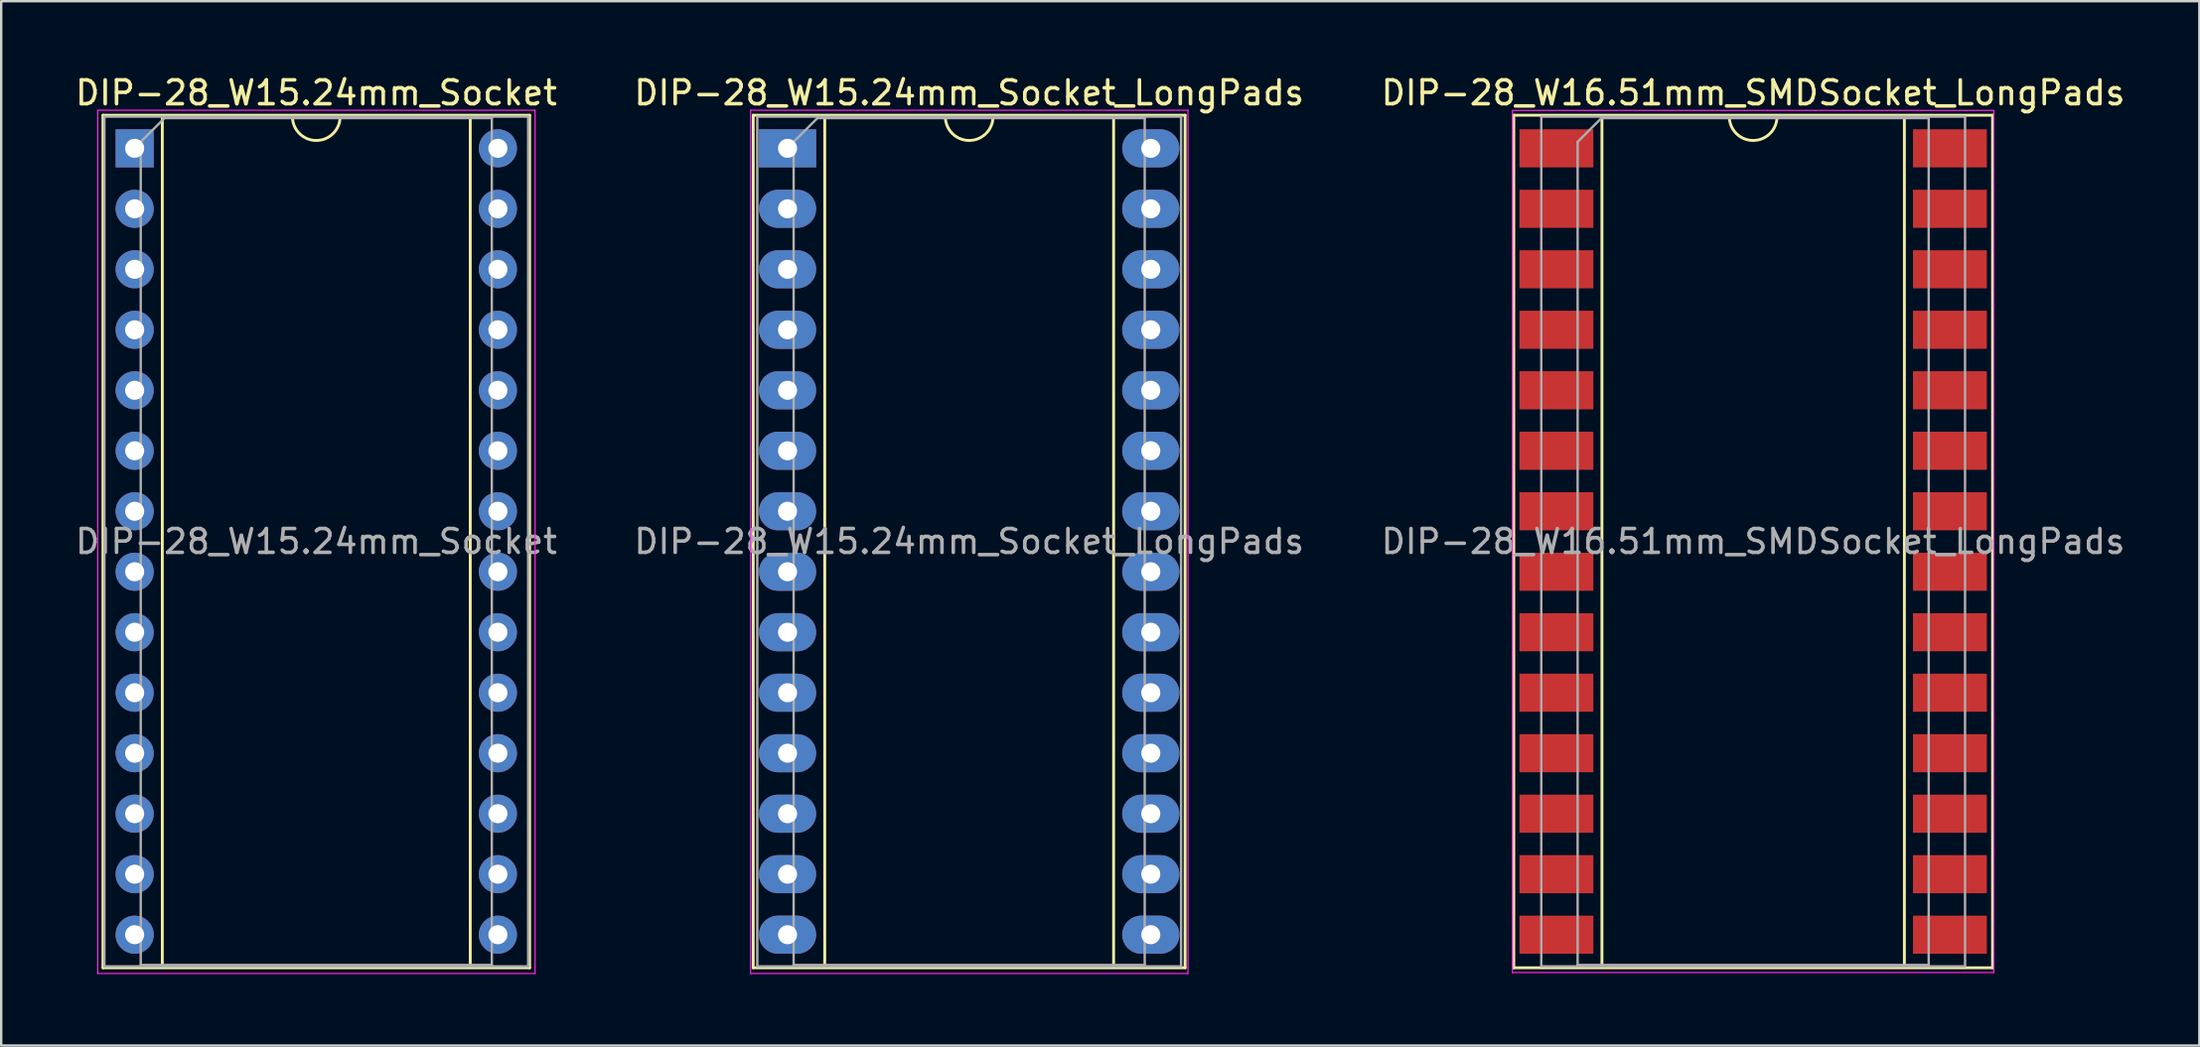
<source format=kicad_pcb>
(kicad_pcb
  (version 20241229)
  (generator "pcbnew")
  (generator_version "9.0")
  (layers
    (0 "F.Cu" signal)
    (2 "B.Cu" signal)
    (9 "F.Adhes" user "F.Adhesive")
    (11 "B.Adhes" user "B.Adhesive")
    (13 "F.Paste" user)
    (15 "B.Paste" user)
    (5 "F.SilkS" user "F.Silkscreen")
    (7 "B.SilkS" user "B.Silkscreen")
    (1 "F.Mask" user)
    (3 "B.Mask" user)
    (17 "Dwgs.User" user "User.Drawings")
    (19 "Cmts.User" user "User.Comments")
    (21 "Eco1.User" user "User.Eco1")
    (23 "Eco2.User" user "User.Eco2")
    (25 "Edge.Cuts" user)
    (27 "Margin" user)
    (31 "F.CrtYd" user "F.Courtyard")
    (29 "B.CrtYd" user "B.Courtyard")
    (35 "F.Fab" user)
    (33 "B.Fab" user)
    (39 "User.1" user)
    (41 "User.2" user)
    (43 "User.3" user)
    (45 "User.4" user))
  (footprint "DIP-28_W15.24mm_Socket"
    (layer "F.Cu")
    (at 2.6 3.178)
    (property "Reference" "DIP-28_W15.24mm_Socket" (at 7.62 -2.33 0) (layer "F.SilkS") (effects (font (size 1 1) (thickness 0.15))))
    (attr through_hole)
    (fp_line (start -1.33 -1.39) (end -1.33 34.41) (stroke (width 0.12) (type solid)) (layer "F.SilkS"))
    (fp_line (start -1.33 34.41) (end 16.57 34.41) (stroke (width 0.12) (type solid)) (layer "F.SilkS"))
    (fp_line (start 1.16 -1.33) (end 1.16 34.35) (stroke (width 0.12) (type solid)) (layer "F.SilkS"))
    (fp_line (start 1.16 34.35) (end 14.08 34.35) (stroke (width 0.12) (type solid)) (layer "F.SilkS"))
    (fp_line (start 6.62 -1.33) (end 1.16 -1.33) (stroke (width 0.12) (type solid)) (layer "F.SilkS"))
    (fp_line (start 14.08 -1.33) (end 8.62 -1.33) (stroke (width 0.12) (type solid)) (layer "F.SilkS"))
    (fp_line (start 14.08 34.35) (end 14.08 -1.33) (stroke (width 0.12) (type solid)) (layer "F.SilkS"))
    (fp_line (start 16.57 -1.39) (end -1.33 -1.39) (stroke (width 0.12) (type solid)) (layer "F.SilkS"))
    (fp_line (start 16.57 34.41) (end 16.57 -1.39) (stroke (width 0.12) (type solid)) (layer "F.SilkS"))
    (fp_arc (start 8.62 -1.33) (mid 7.62 -0.33) (end 6.62 -1.33) (stroke (width 0.12) (type solid)) (layer "F.SilkS"))
    (fp_line (start -1.55 -1.6) (end -1.55 34.65) (stroke (width 0.05) (type solid)) (layer "F.CrtYd"))
    (fp_line (start -1.55 34.65) (end 16.8 34.65) (stroke (width 0.05) (type solid)) (layer "F.CrtYd"))
    (fp_line (start 16.8 -1.6) (end -1.55 -1.6) (stroke (width 0.05) (type solid)) (layer "F.CrtYd"))
    (fp_line (start 16.8 34.65) (end 16.8 -1.6) (stroke (width 0.05) (type solid)) (layer "F.CrtYd"))
    (fp_line (start -1.27 -1.33) (end -1.27 34.35) (stroke (width 0.1) (type solid)) (layer "F.Fab"))
    (fp_line (start -1.27 34.35) (end 16.51 34.35) (stroke (width 0.1) (type solid)) (layer "F.Fab"))
    (fp_line (start 0.255 -0.27) (end 1.255 -1.27) (stroke (width 0.1) (type solid)) (layer "F.Fab"))
    (fp_line (start 0.255 34.29) (end 0.255 -0.27) (stroke (width 0.1) (type solid)) (layer "F.Fab"))
    (fp_line (start 1.255 -1.27) (end 14.985 -1.27) (stroke (width 0.1) (type solid)) (layer "F.Fab"))
    (fp_line (start 14.985 -1.27) (end 14.985 34.29) (stroke (width 0.1) (type solid)) (layer "F.Fab"))
    (fp_line (start 14.985 34.29) (end 0.255 34.29) (stroke (width 0.1) (type solid)) (layer "F.Fab"))
    (fp_line (start 16.51 -1.33) (end -1.27 -1.33) (stroke (width 0.1) (type solid)) (layer "F.Fab"))
    (fp_line (start 16.51 34.35) (end 16.51 -1.33) (stroke (width 0.1) (type solid)) (layer "F.Fab"))
    (fp_text user "${REFERENCE}" (at 7.62 16.51 0) (layer "F.Fab") (effects (font (size 1 1) (thickness 0.15))))
    (pad "1" thru_hole rect (at 0 0) (size 1.6 1.6) (drill 0.8) (layers "*.Cu" "*.Mask"))
    (pad "2" thru_hole oval (at 0 2.54) (size 1.6 1.6) (drill 0.8) (layers "*.Cu" "*.Mask"))
    (pad "3" thru_hole oval (at 0 5.08) (size 1.6 1.6) (drill 0.8) (layers "*.Cu" "*.Mask"))
    (pad "4" thru_hole oval (at 0 7.62) (size 1.6 1.6) (drill 0.8) (layers "*.Cu" "*.Mask"))
    (pad "5" thru_hole oval (at 0 10.16) (size 1.6 1.6) (drill 0.8) (layers "*.Cu" "*.Mask"))
    (pad "6" thru_hole oval (at 0 12.7) (size 1.6 1.6) (drill 0.8) (layers "*.Cu" "*.Mask"))
    (pad "7" thru_hole oval (at 0 15.24) (size 1.6 1.6) (drill 0.8) (layers "*.Cu" "*.Mask"))
    (pad "8" thru_hole oval (at 0 17.78) (size 1.6 1.6) (drill 0.8) (layers "*.Cu" "*.Mask"))
    (pad "9" thru_hole oval (at 0 20.32) (size 1.6 1.6) (drill 0.8) (layers "*.Cu" "*.Mask"))
    (pad "10" thru_hole oval (at 0 22.86) (size 1.6 1.6) (drill 0.8) (layers "*.Cu" "*.Mask"))
    (pad "11" thru_hole oval (at 0 25.4) (size 1.6 1.6) (drill 0.8) (layers "*.Cu" "*.Mask"))
    (pad "12" thru_hole oval (at 0 27.94) (size 1.6 1.6) (drill 0.8) (layers "*.Cu" "*.Mask"))
    (pad "13" thru_hole oval (at 0 30.48) (size 1.6 1.6) (drill 0.8) (layers "*.Cu" "*.Mask"))
    (pad "14" thru_hole oval (at 0 33.02) (size 1.6 1.6) (drill 0.8) (layers "*.Cu" "*.Mask"))
    (pad "15" thru_hole oval (at 15.24 33.02) (size 1.6 1.6) (drill 0.8) (layers "*.Cu" "*.Mask"))
    (pad "16" thru_hole oval (at 15.24 30.48) (size 1.6 1.6) (drill 0.8) (layers "*.Cu" "*.Mask"))
    (pad "17" thru_hole oval (at 15.24 27.94) (size 1.6 1.6) (drill 0.8) (layers "*.Cu" "*.Mask"))
    (pad "18" thru_hole oval (at 15.24 25.4) (size 1.6 1.6) (drill 0.8) (layers "*.Cu" "*.Mask"))
    (pad "19" thru_hole oval (at 15.24 22.86) (size 1.6 1.6) (drill 0.8) (layers "*.Cu" "*.Mask"))
    (pad "20" thru_hole oval (at 15.24 20.32) (size 1.6 1.6) (drill 0.8) (layers "*.Cu" "*.Mask"))
    (pad "21" thru_hole oval (at 15.24 17.78) (size 1.6 1.6) (drill 0.8) (layers "*.Cu" "*.Mask"))
    (pad "22" thru_hole oval (at 15.24 15.24) (size 1.6 1.6) (drill 0.8) (layers "*.Cu" "*.Mask"))
    (pad "23" thru_hole oval (at 15.24 12.7) (size 1.6 1.6) (drill 0.8) (layers "*.Cu" "*.Mask"))
    (pad "24" thru_hole oval (at 15.24 10.16) (size 1.6 1.6) (drill 0.8) (layers "*.Cu" "*.Mask"))
    (pad "25" thru_hole oval (at 15.24 7.62) (size 1.6 1.6) (drill 0.8) (layers "*.Cu" "*.Mask"))
    (pad "26" thru_hole oval (at 15.24 5.08) (size 1.6 1.6) (drill 0.8) (layers "*.Cu" "*.Mask"))
    (pad "27" thru_hole oval (at 15.24 2.54) (size 1.6 1.6) (drill 0.8) (layers "*.Cu" "*.Mask"))
    (pad "28" thru_hole oval (at 15.24 0) (size 1.6 1.6) (drill 0.8) (layers "*.Cu" "*.Mask")))
  (footprint "DIP-28_W15.24mm_Socket_LongPads"
    (layer "F.Cu")
    (at 29.993 3.178)
    (property "Reference" "DIP-28_W15.24mm_Socket_LongPads" (at 7.62 -2.33 0) (layer "F.SilkS") (effects (font (size 1 1) (thickness 0.15))))
    (attr through_hole)
    (fp_line (start -1.44 -1.39) (end -1.44 34.41) (stroke (width 0.12) (type solid)) (layer "F.SilkS"))
    (fp_line (start -1.44 34.41) (end 16.68 34.41) (stroke (width 0.12) (type solid)) (layer "F.SilkS"))
    (fp_line (start 1.56 -1.33) (end 1.56 34.35) (stroke (width 0.12) (type solid)) (layer "F.SilkS"))
    (fp_line (start 1.56 34.35) (end 13.68 34.35) (stroke (width 0.12) (type solid)) (layer "F.SilkS"))
    (fp_line (start 6.62 -1.33) (end 1.56 -1.33) (stroke (width 0.12) (type solid)) (layer "F.SilkS"))
    (fp_line (start 13.68 -1.33) (end 8.62 -1.33) (stroke (width 0.12) (type solid)) (layer "F.SilkS"))
    (fp_line (start 13.68 34.35) (end 13.68 -1.33) (stroke (width 0.12) (type solid)) (layer "F.SilkS"))
    (fp_line (start 16.68 -1.39) (end -1.44 -1.39) (stroke (width 0.12) (type solid)) (layer "F.SilkS"))
    (fp_line (start 16.68 34.41) (end 16.68 -1.39) (stroke (width 0.12) (type solid)) (layer "F.SilkS"))
    (fp_arc (start 8.62 -1.33) (mid 7.62 -0.33) (end 6.62 -1.33) (stroke (width 0.12) (type solid)) (layer "F.SilkS"))
    (fp_line (start -1.55 -1.6) (end -1.55 34.65) (stroke (width 0.05) (type solid)) (layer "F.CrtYd"))
    (fp_line (start -1.55 34.65) (end 16.8 34.65) (stroke (width 0.05) (type solid)) (layer "F.CrtYd"))
    (fp_line (start 16.8 -1.6) (end -1.55 -1.6) (stroke (width 0.05) (type solid)) (layer "F.CrtYd"))
    (fp_line (start 16.8 34.65) (end 16.8 -1.6) (stroke (width 0.05) (type solid)) (layer "F.CrtYd"))
    (fp_line (start -1.27 -1.33) (end -1.27 34.35) (stroke (width 0.1) (type solid)) (layer "F.Fab"))
    (fp_line (start -1.27 34.35) (end 16.51 34.35) (stroke (width 0.1) (type solid)) (layer "F.Fab"))
    (fp_line (start 0.255 -0.27) (end 1.255 -1.27) (stroke (width 0.1) (type solid)) (layer "F.Fab"))
    (fp_line (start 0.255 34.29) (end 0.255 -0.27) (stroke (width 0.1) (type solid)) (layer "F.Fab"))
    (fp_line (start 1.255 -1.27) (end 14.985 -1.27) (stroke (width 0.1) (type solid)) (layer "F.Fab"))
    (fp_line (start 14.985 -1.27) (end 14.985 34.29) (stroke (width 0.1) (type solid)) (layer "F.Fab"))
    (fp_line (start 14.985 34.29) (end 0.255 34.29) (stroke (width 0.1) (type solid)) (layer "F.Fab"))
    (fp_line (start 16.51 -1.33) (end -1.27 -1.33) (stroke (width 0.1) (type solid)) (layer "F.Fab"))
    (fp_line (start 16.51 34.35) (end 16.51 -1.33) (stroke (width 0.1) (type solid)) (layer "F.Fab"))
    (fp_text user "${REFERENCE}" (at 7.62 16.51 0) (layer "F.Fab") (effects (font (size 1 1) (thickness 0.15))))
    (pad "1" thru_hole rect (at 0 0) (size 2.4 1.6) (drill 0.8) (layers "*.Cu" "*.Mask"))
    (pad "2" thru_hole oval (at 0 2.54) (size 2.4 1.6) (drill 0.8) (layers "*.Cu" "*.Mask"))
    (pad "3" thru_hole oval (at 0 5.08) (size 2.4 1.6) (drill 0.8) (layers "*.Cu" "*.Mask"))
    (pad "4" thru_hole oval (at 0 7.62) (size 2.4 1.6) (drill 0.8) (layers "*.Cu" "*.Mask"))
    (pad "5" thru_hole oval (at 0 10.16) (size 2.4 1.6) (drill 0.8) (layers "*.Cu" "*.Mask"))
    (pad "6" thru_hole oval (at 0 12.7) (size 2.4 1.6) (drill 0.8) (layers "*.Cu" "*.Mask"))
    (pad "7" thru_hole oval (at 0 15.24) (size 2.4 1.6) (drill 0.8) (layers "*.Cu" "*.Mask"))
    (pad "8" thru_hole oval (at 0 17.78) (size 2.4 1.6) (drill 0.8) (layers "*.Cu" "*.Mask"))
    (pad "9" thru_hole oval (at 0 20.32) (size 2.4 1.6) (drill 0.8) (layers "*.Cu" "*.Mask"))
    (pad "10" thru_hole oval (at 0 22.86) (size 2.4 1.6) (drill 0.8) (layers "*.Cu" "*.Mask"))
    (pad "11" thru_hole oval (at 0 25.4) (size 2.4 1.6) (drill 0.8) (layers "*.Cu" "*.Mask"))
    (pad "12" thru_hole oval (at 0 27.94) (size 2.4 1.6) (drill 0.8) (layers "*.Cu" "*.Mask"))
    (pad "13" thru_hole oval (at 0 30.48) (size 2.4 1.6) (drill 0.8) (layers "*.Cu" "*.Mask"))
    (pad "14" thru_hole oval (at 0 33.02) (size 2.4 1.6) (drill 0.8) (layers "*.Cu" "*.Mask"))
    (pad "15" thru_hole oval (at 15.24 33.02) (size 2.4 1.6) (drill 0.8) (layers "*.Cu" "*.Mask"))
    (pad "16" thru_hole oval (at 15.24 30.48) (size 2.4 1.6) (drill 0.8) (layers "*.Cu" "*.Mask"))
    (pad "17" thru_hole oval (at 15.24 27.94) (size 2.4 1.6) (drill 0.8) (layers "*.Cu" "*.Mask"))
    (pad "18" thru_hole oval (at 15.24 25.4) (size 2.4 1.6) (drill 0.8) (layers "*.Cu" "*.Mask"))
    (pad "19" thru_hole oval (at 15.24 22.86) (size 2.4 1.6) (drill 0.8) (layers "*.Cu" "*.Mask"))
    (pad "20" thru_hole oval (at 15.24 20.32) (size 2.4 1.6) (drill 0.8) (layers "*.Cu" "*.Mask"))
    (pad "21" thru_hole oval (at 15.24 17.78) (size 2.4 1.6) (drill 0.8) (layers "*.Cu" "*.Mask"))
    (pad "22" thru_hole oval (at 15.24 15.24) (size 2.4 1.6) (drill 0.8) (layers "*.Cu" "*.Mask"))
    (pad "23" thru_hole oval (at 15.24 12.7) (size 2.4 1.6) (drill 0.8) (layers "*.Cu" "*.Mask"))
    (pad "24" thru_hole oval (at 15.24 10.16) (size 2.4 1.6) (drill 0.8) (layers "*.Cu" "*.Mask"))
    (pad "25" thru_hole oval (at 15.24 7.62) (size 2.4 1.6) (drill 0.8) (layers "*.Cu" "*.Mask"))
    (pad "26" thru_hole oval (at 15.24 5.08) (size 2.4 1.6) (drill 0.8) (layers "*.Cu" "*.Mask"))
    (pad "27" thru_hole oval (at 15.24 2.54) (size 2.4 1.6) (drill 0.8) (layers "*.Cu" "*.Mask"))
    (pad "28" thru_hole oval (at 15.24 0) (size 2.4 1.6) (drill 0.8) (layers "*.Cu" "*.Mask")))
  (footprint "DIP-28_W16.51mm_SMDSocket_LongPads"
    (layer "F.Cu")
    (at 70.506 19.688)
    (property "Reference" "DIP-28_W16.51mm_SMDSocket_LongPads" (at 0 -18.84 0) (layer "F.SilkS") (effects (font (size 1 1) (thickness 0.15))))
    (attr smd)
    (fp_line (start -10.045 -17.9) (end -10.045 17.9) (stroke (width 0.12) (type solid)) (layer "F.SilkS"))
    (fp_line (start -10.045 17.9) (end 10.045 17.9) (stroke (width 0.12) (type solid)) (layer "F.SilkS"))
    (fp_line (start -6.345 -17.84) (end -6.345 17.84) (stroke (width 0.12) (type solid)) (layer "F.SilkS"))
    (fp_line (start -6.345 17.84) (end 6.345 17.84) (stroke (width 0.12) (type solid)) (layer "F.SilkS"))
    (fp_line (start -1 -17.84) (end -6.345 -17.84) (stroke (width 0.12) (type solid)) (layer "F.SilkS"))
    (fp_line (start 6.345 -17.84) (end 1 -17.84) (stroke (width 0.12) (type solid)) (layer "F.SilkS"))
    (fp_line (start 6.345 17.84) (end 6.345 -17.84) (stroke (width 0.12) (type solid)) (layer "F.SilkS"))
    (fp_line (start 10.045 -17.9) (end -10.045 -17.9) (stroke (width 0.12) (type solid)) (layer "F.SilkS"))
    (fp_line (start 10.045 17.9) (end 10.045 -17.9) (stroke (width 0.12) (type solid)) (layer "F.SilkS"))
    (fp_arc (start 1 -17.84) (mid 0 -16.84) (end -1 -17.84) (stroke (width 0.12) (type solid)) (layer "F.SilkS"))
    (fp_line (start -10.1 -18.1) (end -10.1 18.1) (stroke (width 0.05) (type solid)) (layer "F.CrtYd"))
    (fp_line (start -10.1 18.1) (end 10.1 18.1) (stroke (width 0.05) (type solid)) (layer "F.CrtYd"))
    (fp_line (start 10.1 -18.1) (end -10.1 -18.1) (stroke (width 0.05) (type solid)) (layer "F.CrtYd"))
    (fp_line (start 10.1 18.1) (end 10.1 -18.1) (stroke (width 0.05) (type solid)) (layer "F.CrtYd"))
    (fp_line (start -8.89 -17.84) (end -8.89 17.84) (stroke (width 0.1) (type solid)) (layer "F.Fab"))
    (fp_line (start -8.89 17.84) (end 8.89 17.84) (stroke (width 0.1) (type solid)) (layer "F.Fab"))
    (fp_line (start -7.365 -16.78) (end -6.365 -17.78) (stroke (width 0.1) (type solid)) (layer "F.Fab"))
    (fp_line (start -7.365 17.78) (end -7.365 -16.78) (stroke (width 0.1) (type solid)) (layer "F.Fab"))
    (fp_line (start -6.365 -17.78) (end 7.365 -17.78) (stroke (width 0.1) (type solid)) (layer "F.Fab"))
    (fp_line (start 7.365 -17.78) (end 7.365 17.78) (stroke (width 0.1) (type solid)) (layer "F.Fab"))
    (fp_line (start 7.365 17.78) (end -7.365 17.78) (stroke (width 0.1) (type solid)) (layer "F.Fab"))
    (fp_line (start 8.89 -17.84) (end -8.89 -17.84) (stroke (width 0.1) (type solid)) (layer "F.Fab"))
    (fp_line (start 8.89 17.84) (end 8.89 -17.84) (stroke (width 0.1) (type solid)) (layer "F.Fab"))
    (fp_text user "${REFERENCE}" (at 0 0 0) (layer "F.Fab") (effects (font (size 1 1) (thickness 0.15))))
    (pad "1" smd rect (at -8.255 -16.51) (size 3.1 1.6) (layers "F.Cu" "F.Mask" "F.Paste"))
    (pad "2" smd rect (at -8.255 -13.97) (size 3.1 1.6) (layers "F.Cu" "F.Mask" "F.Paste"))
    (pad "3" smd rect (at -8.255 -11.43) (size 3.1 1.6) (layers "F.Cu" "F.Mask" "F.Paste"))
    (pad "4" smd rect (at -8.255 -8.89) (size 3.1 1.6) (layers "F.Cu" "F.Mask" "F.Paste"))
    (pad "5" smd rect (at -8.255 -6.35) (size 3.1 1.6) (layers "F.Cu" "F.Mask" "F.Paste"))
    (pad "6" smd rect (at -8.255 -3.81) (size 3.1 1.6) (layers "F.Cu" "F.Mask" "F.Paste"))
    (pad "7" smd rect (at -8.255 -1.27) (size 3.1 1.6) (layers "F.Cu" "F.Mask" "F.Paste"))
    (pad "8" smd rect (at -8.255 1.27) (size 3.1 1.6) (layers "F.Cu" "F.Mask" "F.Paste"))
    (pad "9" smd rect (at -8.255 3.81) (size 3.1 1.6) (layers "F.Cu" "F.Mask" "F.Paste"))
    (pad "10" smd rect (at -8.255 6.35) (size 3.1 1.6) (layers "F.Cu" "F.Mask" "F.Paste"))
    (pad "11" smd rect (at -8.255 8.89) (size 3.1 1.6) (layers "F.Cu" "F.Mask" "F.Paste"))
    (pad "12" smd rect (at -8.255 11.43) (size 3.1 1.6) (layers "F.Cu" "F.Mask" "F.Paste"))
    (pad "13" smd rect (at -8.255 13.97) (size 3.1 1.6) (layers "F.Cu" "F.Mask" "F.Paste"))
    (pad "14" smd rect (at -8.255 16.51) (size 3.1 1.6) (layers "F.Cu" "F.Mask" "F.Paste"))
    (pad "15" smd rect (at 8.255 16.51) (size 3.1 1.6) (layers "F.Cu" "F.Mask" "F.Paste"))
    (pad "16" smd rect (at 8.255 13.97) (size 3.1 1.6) (layers "F.Cu" "F.Mask" "F.Paste"))
    (pad "17" smd rect (at 8.255 11.43) (size 3.1 1.6) (layers "F.Cu" "F.Mask" "F.Paste"))
    (pad "18" smd rect (at 8.255 8.89) (size 3.1 1.6) (layers "F.Cu" "F.Mask" "F.Paste"))
    (pad "19" smd rect (at 8.255 6.35) (size 3.1 1.6) (layers "F.Cu" "F.Mask" "F.Paste"))
    (pad "20" smd rect (at 8.255 3.81) (size 3.1 1.6) (layers "F.Cu" "F.Mask" "F.Paste"))
    (pad "21" smd rect (at 8.255 1.27) (size 3.1 1.6) (layers "F.Cu" "F.Mask" "F.Paste"))
    (pad "22" smd rect (at 8.255 -1.27) (size 3.1 1.6) (layers "F.Cu" "F.Mask" "F.Paste"))
    (pad "23" smd rect (at 8.255 -3.81) (size 3.1 1.6) (layers "F.Cu" "F.Mask" "F.Paste"))
    (pad "24" smd rect (at 8.255 -6.35) (size 3.1 1.6) (layers "F.Cu" "F.Mask" "F.Paste"))
    (pad "25" smd rect (at 8.255 -8.89) (size 3.1 1.6) (layers "F.Cu" "F.Mask" "F.Paste"))
    (pad "26" smd rect (at 8.255 -11.43) (size 3.1 1.6) (layers "F.Cu" "F.Mask" "F.Paste"))
    (pad "27" smd rect (at 8.255 -13.97) (size 3.1 1.6) (layers "F.Cu" "F.Mask" "F.Paste"))
    (pad "28" smd rect (at 8.255 -16.51) (size 3.1 1.6) (layers "F.Cu" "F.Mask" "F.Paste")))
  (gr_rect
    (start -3 -3)
    (end 89.226 40.853)
    (stroke (width 0.1) (type default))
    (fill no)
    (layer "Edge.Cuts")))
</source>
